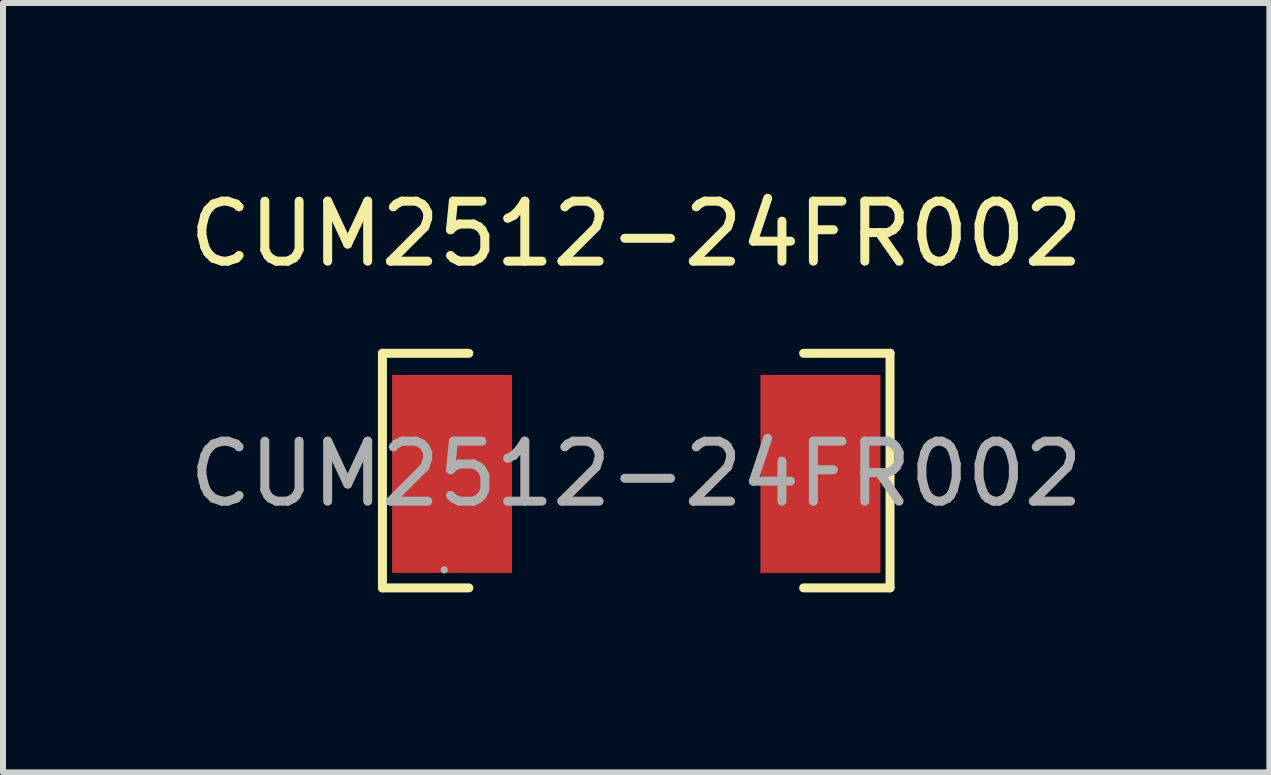
<source format=kicad_pcb>
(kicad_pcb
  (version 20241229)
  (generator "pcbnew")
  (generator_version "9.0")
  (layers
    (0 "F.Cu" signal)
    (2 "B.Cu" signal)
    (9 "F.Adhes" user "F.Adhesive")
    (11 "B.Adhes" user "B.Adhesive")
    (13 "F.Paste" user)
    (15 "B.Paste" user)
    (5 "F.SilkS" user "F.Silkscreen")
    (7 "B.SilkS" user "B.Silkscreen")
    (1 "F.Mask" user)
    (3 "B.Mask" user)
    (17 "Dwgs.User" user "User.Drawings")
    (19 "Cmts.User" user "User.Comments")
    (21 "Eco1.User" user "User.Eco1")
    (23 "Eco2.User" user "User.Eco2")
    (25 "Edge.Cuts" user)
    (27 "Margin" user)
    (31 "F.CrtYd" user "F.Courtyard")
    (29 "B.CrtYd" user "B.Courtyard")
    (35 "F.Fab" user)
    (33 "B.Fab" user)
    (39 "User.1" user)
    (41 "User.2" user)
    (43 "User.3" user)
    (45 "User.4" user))
  (footprint "CUM2512-24FR002"
    (layer "F.Cu")
    (at 7.554 4.848)
    (property "Reference" "CUM2512-24FR002" (at 0 -4 0) (layer "F.SilkS") (effects (font (size 1 1) (thickness 0.15))))
    (attr smd)
    (fp_line (start -4.23 -2.01) (end -2.79 -2.01) (stroke (width 0.15) (type solid)) (layer "F.SilkS"))
    (fp_line (start -4.23 1.9) (end -4.23 -2.01) (stroke (width 0.15) (type solid)) (layer "F.SilkS"))
    (fp_line (start -2.79 1.9) (end -4.23 1.9) (stroke (width 0.15) (type solid)) (layer "F.SilkS"))
    (fp_line (start 2.79 1.9) (end 4.23 1.9) (stroke (width 0.15) (type solid)) (layer "F.SilkS"))
    (fp_line (start 4.23 -2.01) (end 2.79 -2.01) (stroke (width 0.15) (type solid)) (layer "F.SilkS"))
    (fp_line (start 4.23 1.9) (end 4.23 -2.01) (stroke (width 0.15) (type solid)) (layer "F.SilkS"))
    (fp_circle (center -3.2 1.6) (end -3.17 1.6) (stroke (width 0.06) (type solid)) (fill no) (layer "F.Fab"))
    (fp_text user "${REFERENCE}" (at 0 0 0) (layer "F.Fab") (effects (font (size 1 1) (thickness 0.15))))
    (pad "1" smd rect (at -3.07 0) (size 2 3.3) (layers "F.Cu" "F.Mask" "F.Paste"))
    (pad "2" smd rect (at 3.07 0) (size 2 3.3) (layers "F.Cu" "F.Mask" "F.Paste")))
  (gr_rect
    (start -3 -3)
    (end 18.107 9.823)
    (stroke (width 0.1) (type default))
    (fill no)
    (layer "Edge.Cuts")))
</source>
